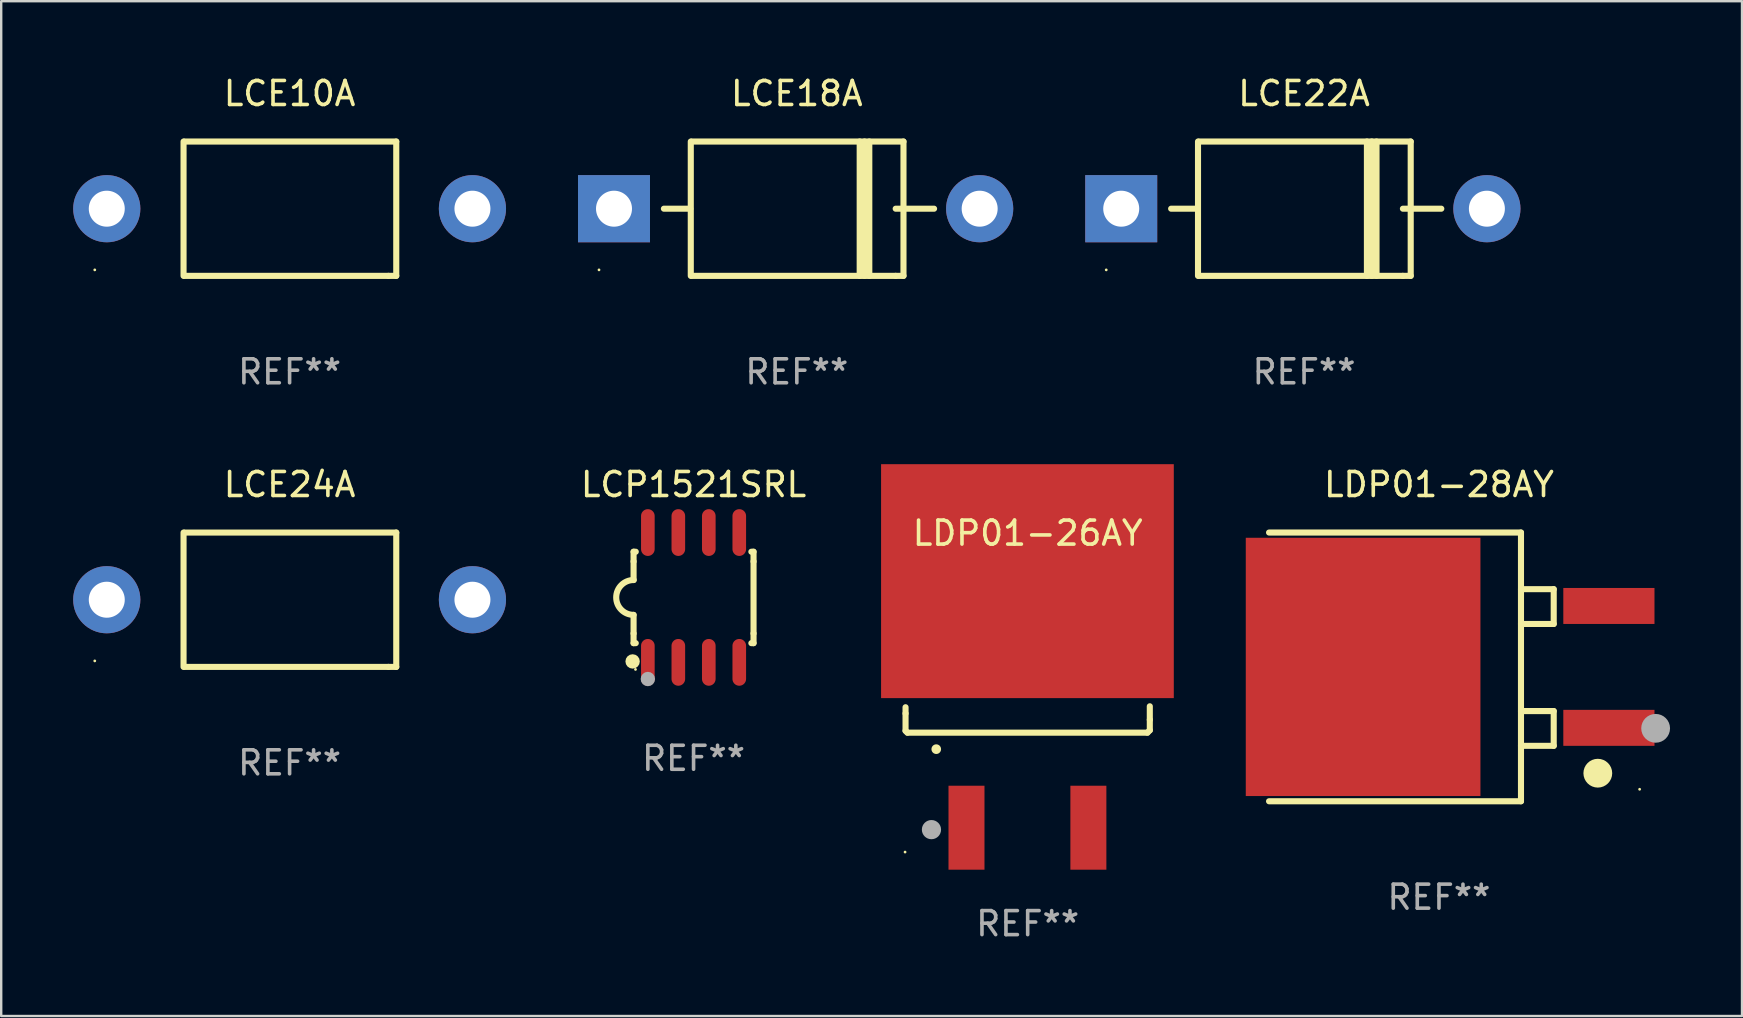
<source format=kicad_pcb>
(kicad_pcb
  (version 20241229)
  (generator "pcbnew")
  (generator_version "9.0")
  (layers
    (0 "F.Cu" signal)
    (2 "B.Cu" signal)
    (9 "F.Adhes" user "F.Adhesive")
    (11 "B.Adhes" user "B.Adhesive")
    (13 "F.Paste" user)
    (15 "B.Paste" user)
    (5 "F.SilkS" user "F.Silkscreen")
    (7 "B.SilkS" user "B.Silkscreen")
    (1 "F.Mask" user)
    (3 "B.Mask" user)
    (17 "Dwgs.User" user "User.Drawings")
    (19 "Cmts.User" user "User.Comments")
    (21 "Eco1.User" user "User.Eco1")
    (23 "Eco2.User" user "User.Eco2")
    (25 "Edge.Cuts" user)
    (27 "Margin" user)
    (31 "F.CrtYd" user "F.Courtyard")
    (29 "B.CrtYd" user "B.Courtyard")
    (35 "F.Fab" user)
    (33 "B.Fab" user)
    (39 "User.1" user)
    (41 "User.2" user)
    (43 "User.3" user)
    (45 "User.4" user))
  (footprint "LCP1521SRL"
    (layer "F.Cu")
    (at 25.856 21.85)
    (property "Reference" "LCP1521SRL" (at 0 -4.705 0) (layer "F.SilkS") (effects (font (size 1 1) (thickness 0.15))))
    (attr through_hole)
    (fp_line (start -2.5 -1.905) (end -2.409 -1.905) (stroke (width 0.254) (type solid)) (layer "F.SilkS"))
    (fp_line (start -2.5 -1.5) (end -2.5 -1.905) (stroke (width 0.254) (type solid)) (layer "F.SilkS"))
    (fp_line (start -2.5 -1.5) (end -2.5 -0.726) (stroke (width 0.254) (type solid)) (layer "F.SilkS"))
    (fp_line (start -2.5 1.5) (end -2.5 0.727) (stroke (width 0.254) (type solid)) (layer "F.SilkS"))
    (fp_line (start -2.5 1.5) (end -2.5 1.905) (stroke (width 0.254) (type solid)) (layer "F.SilkS"))
    (fp_line (start -2.5 1.905) (end -2.409 1.905) (stroke (width 0.254) (type solid)) (layer "F.SilkS"))
    (fp_line (start 2.5 -1.905) (end 2.409 -1.905) (stroke (width 0.254) (type solid)) (layer "F.SilkS"))
    (fp_line (start 2.5 -1.5) (end 2.5 -1.905) (stroke (width 0.254) (type solid)) (layer "F.SilkS"))
    (fp_line (start 2.5 -1.5) (end 2.5 1.5) (stroke (width 0.254) (type solid)) (layer "F.SilkS"))
    (fp_line (start 2.5 1.5) (end 2.5 1.905) (stroke (width 0.254) (type solid)) (layer "F.SilkS"))
    (fp_line (start 2.5 1.905) (end 2.409 1.905) (stroke (width 0.254) (type solid)) (layer "F.SilkS"))
    (fp_arc (start -2.5 0.726568) (mid -3.220316 -0.0023) (end -2.495097 -0.726289) (stroke (width 0.254001) (type solid)) (layer "F.SilkS"))
    (fp_circle (center -2.54 2.667) (end -2.39 2.667) (stroke (width 0.3) (type solid)) (fill no) (layer "F.SilkS"))
    (fp_circle (center -2.42 3) (end -2.39 3) (stroke (width 0.06) (type solid)) (fill no) (layer "F.SilkS"))
    (fp_circle (center -1.905 3.4) (end -1.755 3.4) (stroke (width 0.3) (type solid)) (fill no) (layer "F.Fab"))
    (fp_text user "REF**" (at 0 6.705 0) (layer "F.Fab") (effects (font (size 1 1) (thickness 0.15))))
    (pad "1" smd oval (at -1.905 2.705) (size 0.568 1.95) (layers "F.Cu" "F.Mask" "F.Paste"))
    (pad "2" smd oval (at -0.635 2.705) (size 0.568 1.95) (layers "F.Cu" "F.Mask" "F.Paste"))
    (pad "3" smd oval (at 0.635 2.705) (size 0.568 1.95) (layers "F.Cu" "F.Mask" "F.Paste"))
    (pad "4" smd oval (at 1.905 2.705) (size 0.568 1.95) (layers "F.Cu" "F.Mask" "F.Paste"))
    (pad "5" smd oval (at 1.905 -2.705) (size 0.568 1.95) (layers "F.Cu" "F.Mask" "F.Paste"))
    (pad "6" smd oval (at 0.635 -2.705) (size 0.568 1.95) (layers "F.Cu" "F.Mask" "F.Paste"))
    (pad "7" smd oval (at -0.635 -2.705) (size 0.568 1.95) (layers "F.Cu" "F.Mask" "F.Paste"))
    (pad "8" smd oval (at -1.905 -2.705) (size 0.568 1.95) (layers "F.Cu" "F.Mask" "F.Paste")))
  (footprint "LCE24A"
    (layer "F.Cu")
    (at 9.02 21.945)
    (property "Reference" "LCE24A" (at 0 -4.8 0) (layer "F.SilkS") (effects (font (size 1 1) (thickness 0.15))))
    (attr through_hole)
    (fp_line (start -4.42 2.8) (end -4.42 -2.8) (stroke (width 0.254) (type solid)) (layer "F.SilkS"))
    (fp_line (start -4.379 -2.799) (end 4.445 -2.799) (stroke (width 0.254) (type solid)) (layer "F.SilkS"))
    (fp_line (start 4.12 2.8) (end -4.38 2.8) (stroke (width 0.254) (type solid)) (layer "F.SilkS"))
    (fp_line (start 4.445 -2.799) (end 4.445 2.799) (stroke (width 0.254) (type solid)) (layer "F.SilkS"))
    (fp_line (start 4.445 2.799) (end 4.12 2.799) (stroke (width 0.254) (type solid)) (layer "F.SilkS"))
    (fp_circle (center -8.12 2.55) (end -8.09 2.55) (stroke (width 0.06) (type solid)) (fill no) (layer "F.SilkS"))
    (fp_text user "REF**" (at 0 6.8 0) (layer "F.Fab") (effects (font (size 1 1) (thickness 0.15))))
    (pad "1" thru_hole circle (at -7.62 0) (size 2.8 2.8) (drill 1.5) (layers "*.Cu" "*.Mask"))
    (pad "2" thru_hole circle (at 7.62 0) (size 2.8 2.8) (drill 1.5) (layers "*.Cu" "*.Mask")))
  (footprint "LCE10A"
    (layer "F.Cu")
    (at 9.02 5.648)
    (property "Reference" "LCE10A" (at 0 -4.8 0) (layer "F.SilkS") (effects (font (size 1 1) (thickness 0.15))))
    (attr through_hole)
    (fp_line (start -4.42 2.8) (end -4.42 -2.8) (stroke (width 0.254) (type solid)) (layer "F.SilkS"))
    (fp_line (start -4.379 -2.799) (end 4.445 -2.799) (stroke (width 0.254) (type solid)) (layer "F.SilkS"))
    (fp_line (start 4.12 2.8) (end -4.38 2.8) (stroke (width 0.254) (type solid)) (layer "F.SilkS"))
    (fp_line (start 4.445 -2.799) (end 4.445 2.799) (stroke (width 0.254) (type solid)) (layer "F.SilkS"))
    (fp_line (start 4.445 2.799) (end 4.12 2.799) (stroke (width 0.254) (type solid)) (layer "F.SilkS"))
    (fp_circle (center -8.12 2.55) (end -8.09 2.55) (stroke (width 0.06) (type solid)) (fill no) (layer "F.SilkS"))
    (fp_text user "REF**" (at 0 6.8 0) (layer "F.Fab") (effects (font (size 1 1) (thickness 0.15))))
    (pad "1" thru_hole circle (at -7.62 0) (size 2.8 2.8) (drill 1.5) (layers "*.Cu" "*.Mask"))
    (pad "2" thru_hole circle (at 7.62 0) (size 2.8 2.8) (drill 1.5) (layers "*.Cu" "*.Mask")))
  (footprint "LCE22A"
    (layer "F.Cu")
    (at 51.3 5.648)
    (property "Reference" "LCE22A" (at 0 -4.8 0) (layer "F.SilkS") (effects (font (size 1 1) (thickness 0.15))))
    (attr through_hole)
    (fp_line (start -5.54 0) (end -4.44 0) (stroke (width 0.254) (type solid)) (layer "F.SilkS"))
    (fp_line (start -4.42 2.8) (end -4.42 -2.8) (stroke (width 0.254) (type solid)) (layer "F.SilkS"))
    (fp_line (start -4.379 -2.799) (end 4.445 -2.799) (stroke (width 0.254) (type solid)) (layer "F.SilkS"))
    (fp_line (start 2.62 -2.8) (end 2.62 2.8) (stroke (width 0.254) (type solid)) (layer "F.SilkS"))
    (fp_line (start 2.82 -2.8) (end 2.82 2.8) (stroke (width 0.254) (type solid)) (layer "F.SilkS"))
    (fp_line (start 3.02 -2.8) (end 3.02 2.8) (stroke (width 0.254) (type solid)) (layer "F.SilkS"))
    (fp_line (start 4.12 0) (end 5.72 0) (stroke (width 0.254) (type solid)) (layer "F.SilkS"))
    (fp_line (start 4.12 2.8) (end -4.38 2.8) (stroke (width 0.254) (type solid)) (layer "F.SilkS"))
    (fp_line (start 4.445 -2.799) (end 4.445 2.799) (stroke (width 0.254) (type solid)) (layer "F.SilkS"))
    (fp_line (start 4.445 2.799) (end 4.12 2.799) (stroke (width 0.254) (type solid)) (layer "F.SilkS"))
    (fp_circle (center -8.245 2.55) (end -8.215 2.55) (stroke (width 0.06) (type solid)) (fill no) (layer "F.SilkS"))
    (fp_text user "REF**" (at 0 6.8 0) (layer "F.Fab") (effects (font (size 1 1) (thickness 0.15))))
    (pad "1" thru_hole rect (at -7.62 0 180) (size 3 2.8) (drill 1.5) (layers "*.Cu" "*.Mask"))
    (pad "2" thru_hole circle (at 7.62 0) (size 2.8 2.8) (drill 1.5) (layers "*.Cu" "*.Mask")))
  (footprint "LDP01-28AY"
    (layer "F.Cu")
    (at 56.923 24.745)
    (property "Reference" "LDP01-28AY" (at 0 -7.6 0) (layer "F.SilkS") (effects (font (size 1 1) (thickness 0.15))))
    (attr through_hole)
    (fp_line (start 3.418 -3.24) (end 4.782 -3.24) (stroke (width 0.254) (type solid)) (layer "F.SilkS"))
    (fp_line (start 3.418 -5.6) (end -7.082 -5.6) (stroke (width 0.254) (type solid)) (layer "F.SilkS"))
    (fp_line (start 3.418 1.84) (end 4.782 1.84) (stroke (width 0.254) (type solid)) (layer "F.SilkS"))
    (fp_line (start 3.418 5.6) (end -7.082 5.6) (stroke (width 0.254) (type solid)) (layer "F.SilkS"))
    (fp_line (start 3.418 5.6) (end 3.418 -5.6) (stroke (width 0.254) (type solid)) (layer "F.SilkS"))
    (fp_line (start 4.782 -3.24) (end 4.782 -1.79) (stroke (width 0.254) (type solid)) (layer "F.SilkS"))
    (fp_line (start 4.782 -1.79) (end 3.418 -1.79) (stroke (width 0.254) (type solid)) (layer "F.SilkS"))
    (fp_line (start 4.782 1.84) (end 4.782 3.29) (stroke (width 0.254) (type solid)) (layer "F.SilkS"))
    (fp_line (start 4.782 3.29) (end 3.418 3.29) (stroke (width 0.254) (type solid)) (layer "F.SilkS"))
    (fp_circle (center 6.62 4.43) (end 6.92 4.43) (stroke (width 0.6) (type solid)) (fill no) (layer "F.SilkS"))
    (fp_circle (center 8.363 5.1) (end 8.393 5.1) (stroke (width 0.06) (type solid)) (fill no) (layer "F.SilkS"))
    (fp_circle (center 9.03 2.56) (end 9.33 2.56) (stroke (width 0.6) (type solid)) (fill no) (layer "F.Fab"))
    (fp_text user "REF**" (at 0 9.6 0) (layer "F.Fab") (effects (font (size 1 1) (thickness 0.15))))
    (pad "1" smd rect (at 7.082 2.54 180) (size 3.8 1.5) (layers "F.Cu" "F.Mask" "F.Paste"))
    (pad "2" smd rect (at 7.082 -2.54 180) (size 3.8 1.5) (layers "F.Cu" "F.Mask" "F.Paste"))
    (pad "3" smd rect (at -3.162 0.000013 180) (size 9.78 10.764) (layers "F.Cu" "F.Mask" "F.Paste")))
  (footprint "LCE18A"
    (layer "F.Cu")
    (at 30.16 5.648)
    (property "Reference" "LCE18A" (at 0 -4.8 0) (layer "F.SilkS") (effects (font (size 1 1) (thickness 0.15))))
    (attr through_hole)
    (fp_line (start -5.54 0) (end -4.44 0) (stroke (width 0.254) (type solid)) (layer "F.SilkS"))
    (fp_line (start -4.42 2.8) (end -4.42 -2.8) (stroke (width 0.254) (type solid)) (layer "F.SilkS"))
    (fp_line (start -4.379 -2.799) (end 4.445 -2.799) (stroke (width 0.254) (type solid)) (layer "F.SilkS"))
    (fp_line (start 2.62 -2.8) (end 2.62 2.8) (stroke (width 0.254) (type solid)) (layer "F.SilkS"))
    (fp_line (start 2.82 -2.8) (end 2.82 2.8) (stroke (width 0.254) (type solid)) (layer "F.SilkS"))
    (fp_line (start 3.02 -2.8) (end 3.02 2.8) (stroke (width 0.254) (type solid)) (layer "F.SilkS"))
    (fp_line (start 4.12 0) (end 5.72 0) (stroke (width 0.254) (type solid)) (layer "F.SilkS"))
    (fp_line (start 4.12 2.8) (end -4.38 2.8) (stroke (width 0.254) (type solid)) (layer "F.SilkS"))
    (fp_line (start 4.445 -2.799) (end 4.445 2.799) (stroke (width 0.254) (type solid)) (layer "F.SilkS"))
    (fp_line (start 4.445 2.799) (end 4.12 2.799) (stroke (width 0.254) (type solid)) (layer "F.SilkS"))
    (fp_circle (center -8.245 2.55) (end -8.215 2.55) (stroke (width 0.06) (type solid)) (fill no) (layer "F.SilkS"))
    (fp_text user "REF**" (at 0 6.8 0) (layer "F.Fab") (effects (font (size 1 1) (thickness 0.15))))
    (pad "1" thru_hole rect (at -7.62 0 180) (size 3 2.8) (drill 1.5) (layers "*.Cu" "*.Mask"))
    (pad "2" thru_hole circle (at 7.62 0) (size 2.8 2.8) (drill 1.5) (layers "*.Cu" "*.Mask")))
  (footprint "LDP01-26AY"
    (layer "F.Cu")
    (at 39.781 26.309)
    (property "Reference" "LDP01-26AY" (at 0 -7.138 0) (layer "F.SilkS") (effects (font (size 1 1) (thickness 0.15))))
    (attr through_hole)
    (fp_line (start -5.09 0.377) (end -5.09 0.117) (stroke (width 0.254) (type solid)) (layer "F.SilkS"))
    (fp_line (start -5.09 1.099) (end -5.09 0.377) (stroke (width 0.254) (type solid)) (layer "F.SilkS"))
    (fp_line (start -5.012 1.177) (end -5.09 1.099) (stroke (width 0.254) (type solid)) (layer "F.SilkS"))
    (fp_line (start 4.991 1.177) (end -5.012 1.177) (stroke (width 0.254) (type solid)) (layer "F.SilkS"))
    (fp_line (start 4.991 1.177) (end 5.09 1.078) (stroke (width 0.254) (type solid)) (layer "F.SilkS"))
    (fp_line (start 5.09 0.637) (end 5.09 0.077) (stroke (width 0.254) (type solid)) (layer "F.SilkS"))
    (fp_line (start 5.09 1.078) (end 5.09 0.637) (stroke (width 0.254) (type solid)) (layer "F.SilkS"))
    (fp_arc (start -3.810097 1.865253) (mid -3.810101 1.863983) (end -3.810097 1.862713) (stroke (width 0.4) (type solid)) (layer "F.SilkS"))
    (fp_circle (center -5.11 6.153) (end -5.08 6.153) (stroke (width 0.06) (type solid)) (fill no) (layer "F.SilkS"))
    (fp_circle (center -4.01 5.218) (end -3.81 5.218) (stroke (width 0.4) (type solid)) (fill no) (layer "F.Fab"))
    (fp_text user "REF**" (at 0 9.138 0) (layer "F.Fab") (effects (font (size 1 1) (thickness 0.15))))
    (pad "1" smd rect (at -2.55 5.138 180) (size 1.5 3.5) (layers "F.Cu" "F.Mask" "F.Paste"))
    (pad "3" smd rect (at 2.53 5.138 180) (size 1.5 3.5) (layers "F.Cu" "F.Mask" "F.Paste"))
    (pad "4" smd rect (at -0.01 -5.138 180) (size 12.2 9.75) (layers "F.Cu" "F.Mask" "F.Paste")))
  (gr_rect
    (start -3 -3)
    (end 69.553 39.295)
    (stroke (width 0.1) (type default))
    (fill no)
    (layer "Edge.Cuts")))
</source>
